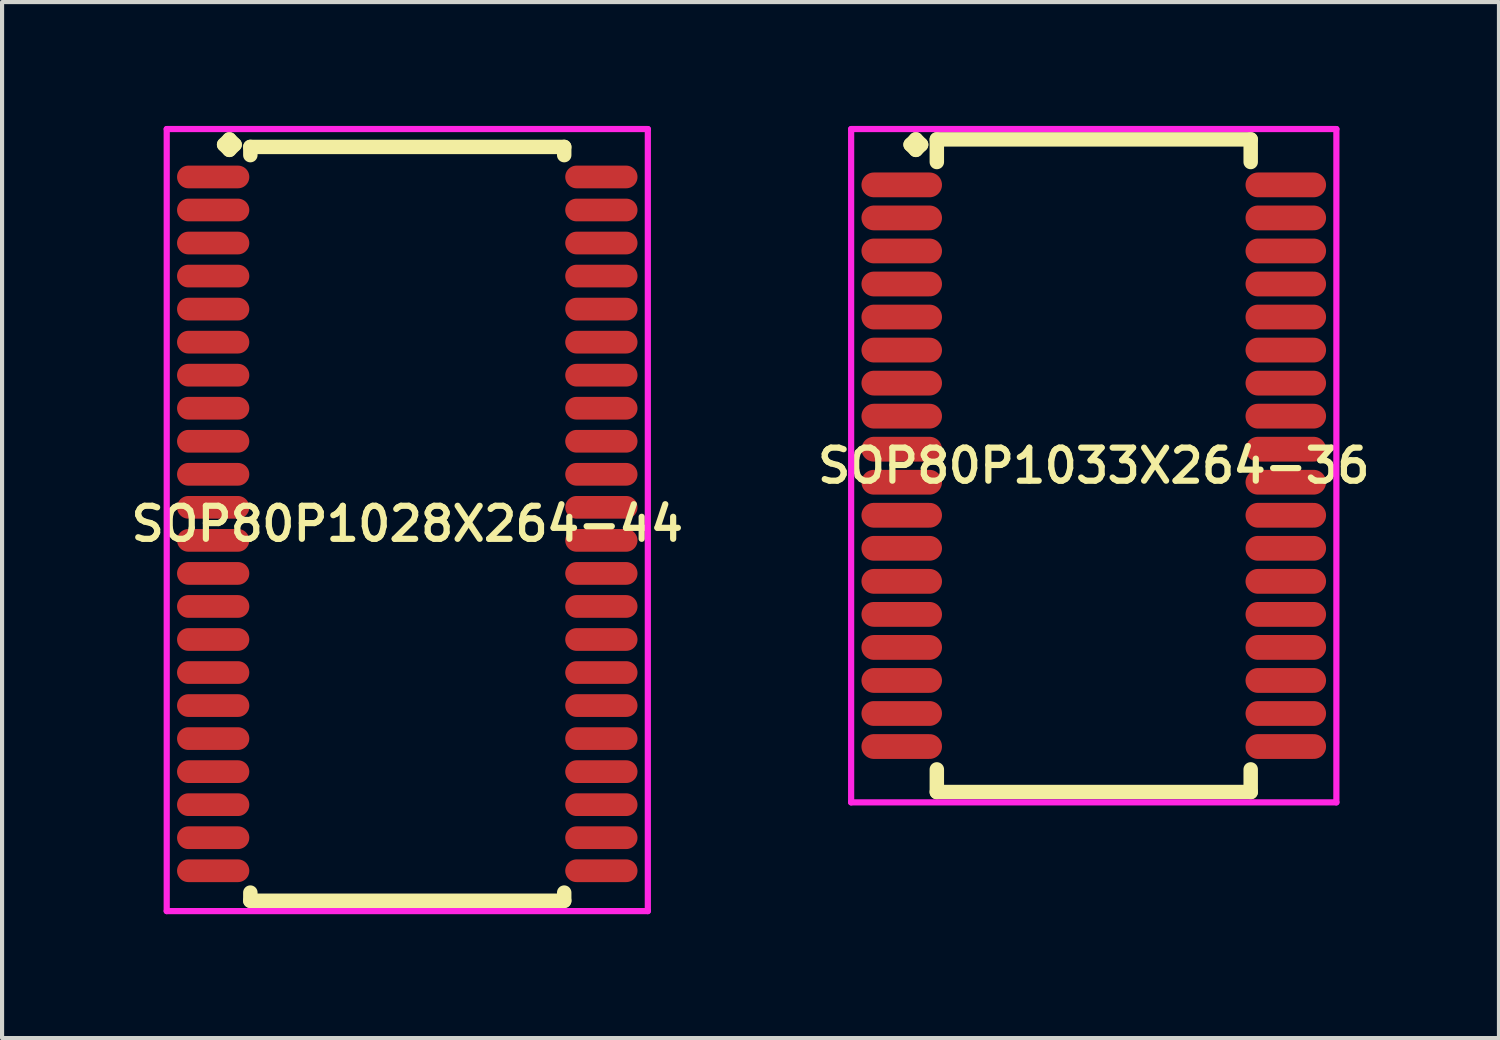
<source format=kicad_pcb>
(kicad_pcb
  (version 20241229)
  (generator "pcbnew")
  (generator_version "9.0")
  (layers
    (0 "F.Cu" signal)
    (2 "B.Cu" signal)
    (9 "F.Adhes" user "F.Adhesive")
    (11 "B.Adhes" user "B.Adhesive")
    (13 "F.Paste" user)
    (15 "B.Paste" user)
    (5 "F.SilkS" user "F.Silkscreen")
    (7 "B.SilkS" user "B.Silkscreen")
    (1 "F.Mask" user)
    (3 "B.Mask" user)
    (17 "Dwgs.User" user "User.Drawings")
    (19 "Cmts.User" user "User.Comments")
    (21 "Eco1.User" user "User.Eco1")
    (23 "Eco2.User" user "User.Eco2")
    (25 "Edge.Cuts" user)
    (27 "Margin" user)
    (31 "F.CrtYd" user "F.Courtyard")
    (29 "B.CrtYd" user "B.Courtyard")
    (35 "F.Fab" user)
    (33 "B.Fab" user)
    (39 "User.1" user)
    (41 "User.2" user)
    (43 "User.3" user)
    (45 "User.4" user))
  (footprint "SOP80P1033X264-36"
    (layer "F.Cu")
    (at 23.435 8.227)
    (property "Reference" "SOP80P1033X264-36" (at 0 0 0) (layer "F.SilkS") (effects (font (size 0.8 0.8) (thickness 0.15))))
    (attr smd)
    (fp_line (start -4.435 -7.775) (end -4.308 -7.902) (stroke (width 0.35) (type solid)) (layer "F.SilkS"))
    (fp_line (start -4.308 -7.902) (end -4.181 -7.775) (stroke (width 0.35) (type solid)) (layer "F.SilkS"))
    (fp_line (start -4.308 -7.648) (end -4.435 -7.775) (stroke (width 0.35) (type solid)) (layer "F.SilkS"))
    (fp_line (start -4.181 -7.775) (end -4.308 -7.648) (stroke (width 0.35) (type solid)) (layer "F.SilkS"))
    (fp_line (start -3.8 -7.902) (end 3.8 -7.902) (stroke (width 0.35) (type solid)) (layer "F.SilkS"))
    (fp_line (start -3.8 -7.354) (end -3.8 -7.902) (stroke (width 0.35) (type solid)) (layer "F.SilkS"))
    (fp_line (start -3.8 7.354) (end -3.8 7.902) (stroke (width 0.35) (type solid)) (layer "F.SilkS"))
    (fp_line (start -3.8 7.902) (end 3.8 7.902) (stroke (width 0.35) (type solid)) (layer "F.SilkS"))
    (fp_line (start 3.8 -7.902) (end 3.8 -7.354) (stroke (width 0.35) (type solid)) (layer "F.SilkS"))
    (fp_line (start 3.8 7.902) (end 3.8 7.354) (stroke (width 0.35) (type solid)) (layer "F.SilkS"))
    (fp_line (start -5.875 -8.152) (end 5.875 -8.152) (stroke (width 0.15) (type solid)) (layer "F.CrtYd"))
    (fp_line (start -5.875 8.152) (end -5.875 -8.152) (stroke (width 0.15) (type solid)) (layer "F.CrtYd"))
    (fp_line (start 5.875 -8.152) (end 5.875 8.152) (stroke (width 0.15) (type solid)) (layer "F.CrtYd"))
    (fp_line (start 5.875 8.152) (end -5.875 8.152) (stroke (width 0.15) (type solid)) (layer "F.CrtYd"))
    (pad "1" smd oval (at -4.65 -6.8) (size 1.95 0.6) (layers "F.Cu" "F.Mask" "F.Paste"))
    (pad "2" smd oval (at -4.65 -6) (size 1.95 0.6) (layers "F.Cu" "F.Mask" "F.Paste"))
    (pad "3" smd oval (at -4.65 -5.2) (size 1.95 0.6) (layers "F.Cu" "F.Mask" "F.Paste"))
    (pad "4" smd oval (at -4.65 -4.4) (size 1.95 0.6) (layers "F.Cu" "F.Mask" "F.Paste"))
    (pad "5" smd oval (at -4.65 -3.6) (size 1.95 0.6) (layers "F.Cu" "F.Mask" "F.Paste"))
    (pad "6" smd oval (at -4.65 -2.8) (size 1.95 0.6) (layers "F.Cu" "F.Mask" "F.Paste"))
    (pad "7" smd oval (at -4.65 -2) (size 1.95 0.6) (layers "F.Cu" "F.Mask" "F.Paste"))
    (pad "8" smd oval (at -4.65 -1.2) (size 1.95 0.6) (layers "F.Cu" "F.Mask" "F.Paste"))
    (pad "9" smd oval (at -4.65 -0.4) (size 1.95 0.6) (layers "F.Cu" "F.Mask" "F.Paste"))
    (pad "10" smd oval (at -4.65 0.4) (size 1.95 0.6) (layers "F.Cu" "F.Mask" "F.Paste"))
    (pad "11" smd oval (at -4.65 1.2) (size 1.95 0.6) (layers "F.Cu" "F.Mask" "F.Paste"))
    (pad "12" smd oval (at -4.65 2) (size 1.95 0.6) (layers "F.Cu" "F.Mask" "F.Paste"))
    (pad "13" smd oval (at -4.65 2.8) (size 1.95 0.6) (layers "F.Cu" "F.Mask" "F.Paste"))
    (pad "14" smd oval (at -4.65 3.6) (size 1.95 0.6) (layers "F.Cu" "F.Mask" "F.Paste"))
    (pad "15" smd oval (at -4.65 4.4) (size 1.95 0.6) (layers "F.Cu" "F.Mask" "F.Paste"))
    (pad "16" smd oval (at -4.65 5.2) (size 1.95 0.6) (layers "F.Cu" "F.Mask" "F.Paste"))
    (pad "17" smd oval (at -4.65 6) (size 1.95 0.6) (layers "F.Cu" "F.Mask" "F.Paste"))
    (pad "18" smd oval (at -4.65 6.8) (size 1.95 0.6) (layers "F.Cu" "F.Mask" "F.Paste"))
    (pad "19" smd oval (at 4.65 6.8) (size 1.95 0.6) (layers "F.Cu" "F.Mask" "F.Paste"))
    (pad "20" smd oval (at 4.65 6) (size 1.95 0.6) (layers "F.Cu" "F.Mask" "F.Paste"))
    (pad "21" smd oval (at 4.65 5.2) (size 1.95 0.6) (layers "F.Cu" "F.Mask" "F.Paste"))
    (pad "22" smd oval (at 4.65 4.4) (size 1.95 0.6) (layers "F.Cu" "F.Mask" "F.Paste"))
    (pad "23" smd oval (at 4.65 3.6) (size 1.95 0.6) (layers "F.Cu" "F.Mask" "F.Paste"))
    (pad "24" smd oval (at 4.65 2.8) (size 1.95 0.6) (layers "F.Cu" "F.Mask" "F.Paste"))
    (pad "25" smd oval (at 4.65 2) (size 1.95 0.6) (layers "F.Cu" "F.Mask" "F.Paste"))
    (pad "26" smd oval (at 4.65 1.2) (size 1.95 0.6) (layers "F.Cu" "F.Mask" "F.Paste"))
    (pad "27" smd oval (at 4.65 0.4) (size 1.95 0.6) (layers "F.Cu" "F.Mask" "F.Paste"))
    (pad "28" smd oval (at 4.65 -0.4) (size 1.95 0.6) (layers "F.Cu" "F.Mask" "F.Paste"))
    (pad "29" smd oval (at 4.65 -1.2) (size 1.95 0.6) (layers "F.Cu" "F.Mask" "F.Paste"))
    (pad "30" smd oval (at 4.65 -2) (size 1.95 0.6) (layers "F.Cu" "F.Mask" "F.Paste"))
    (pad "31" smd oval (at 4.65 -2.8) (size 1.95 0.6) (layers "F.Cu" "F.Mask" "F.Paste"))
    (pad "32" smd oval (at 4.65 -3.6) (size 1.95 0.6) (layers "F.Cu" "F.Mask" "F.Paste"))
    (pad "33" smd oval (at 4.65 -4.4) (size 1.95 0.6) (layers "F.Cu" "F.Mask" "F.Paste"))
    (pad "34" smd oval (at 4.65 -5.2) (size 1.95 0.6) (layers "F.Cu" "F.Mask" "F.Paste"))
    (pad "35" smd oval (at 4.65 -6) (size 1.95 0.6) (layers "F.Cu" "F.Mask" "F.Paste"))
    (pad "36" smd oval (at 4.65 -6.8) (size 1.95 0.6) (layers "F.Cu" "F.Mask" "F.Paste")))
  (footprint "SOP80P1028X264-44"
    (layer "F.Cu")
    (at 6.812 9.635)
    (property "Reference" "SOP80P1028X264-44" (at 0 0 0) (layer "F.SilkS") (effects (font (size 0.8 0.8) (thickness 0.15))))
    (attr smd)
    (fp_line (start -4.435 -9.183) (end -4.308 -9.31) (stroke (width 0.35) (type solid)) (layer "F.SilkS"))
    (fp_line (start -4.308 -9.31) (end -4.181 -9.183) (stroke (width 0.35) (type solid)) (layer "F.SilkS"))
    (fp_line (start -4.308 -9.056) (end -4.435 -9.183) (stroke (width 0.35) (type solid)) (layer "F.SilkS"))
    (fp_line (start -4.181 -9.183) (end -4.308 -9.056) (stroke (width 0.35) (type solid)) (layer "F.SilkS"))
    (fp_line (start -3.8 -9.127) (end 3.8 -9.127) (stroke (width 0.35) (type solid)) (layer "F.SilkS"))
    (fp_line (start -3.8 -8.929) (end -3.8 -9.127) (stroke (width 0.35) (type solid)) (layer "F.SilkS"))
    (fp_line (start -3.8 8.929) (end -3.8 9.127) (stroke (width 0.35) (type solid)) (layer "F.SilkS"))
    (fp_line (start -3.8 9.127) (end 3.8 9.127) (stroke (width 0.35) (type solid)) (layer "F.SilkS"))
    (fp_line (start 3.8 -9.127) (end 3.8 -8.929) (stroke (width 0.35) (type solid)) (layer "F.SilkS"))
    (fp_line (start 3.8 9.127) (end 3.8 8.929) (stroke (width 0.35) (type solid)) (layer "F.SilkS"))
    (fp_line (start -5.825 -9.56) (end 5.825 -9.56) (stroke (width 0.15) (type solid)) (layer "F.CrtYd"))
    (fp_line (start -5.825 9.377) (end -5.825 -9.56) (stroke (width 0.15) (type solid)) (layer "F.CrtYd"))
    (fp_line (start 5.825 -9.56) (end 5.825 9.377) (stroke (width 0.15) (type solid)) (layer "F.CrtYd"))
    (fp_line (start 5.825 9.377) (end -5.825 9.377) (stroke (width 0.15) (type solid)) (layer "F.CrtYd"))
    (pad "1" smd oval (at -4.7 -8.4) (size 1.75 0.55) (layers "F.Cu" "F.Mask" "F.Paste"))
    (pad "2" smd oval (at -4.7 -7.6) (size 1.75 0.55) (layers "F.Cu" "F.Mask" "F.Paste"))
    (pad "3" smd oval (at -4.7 -6.8) (size 1.75 0.55) (layers "F.Cu" "F.Mask" "F.Paste"))
    (pad "4" smd oval (at -4.7 -6) (size 1.75 0.55) (layers "F.Cu" "F.Mask" "F.Paste"))
    (pad "5" smd oval (at -4.7 -5.2) (size 1.75 0.55) (layers "F.Cu" "F.Mask" "F.Paste"))
    (pad "6" smd oval (at -4.7 -4.4) (size 1.75 0.55) (layers "F.Cu" "F.Mask" "F.Paste"))
    (pad "7" smd oval (at -4.7 -3.6) (size 1.75 0.55) (layers "F.Cu" "F.Mask" "F.Paste"))
    (pad "8" smd oval (at -4.7 -2.8) (size 1.75 0.55) (layers "F.Cu" "F.Mask" "F.Paste"))
    (pad "9" smd oval (at -4.7 -2) (size 1.75 0.55) (layers "F.Cu" "F.Mask" "F.Paste"))
    (pad "10" smd oval (at -4.7 -1.2) (size 1.75 0.55) (layers "F.Cu" "F.Mask" "F.Paste"))
    (pad "11" smd oval (at -4.7 -0.4) (size 1.75 0.55) (layers "F.Cu" "F.Mask" "F.Paste"))
    (pad "12" smd oval (at -4.7 0.4) (size 1.75 0.55) (layers "F.Cu" "F.Mask" "F.Paste"))
    (pad "13" smd oval (at -4.7 1.2) (size 1.75 0.55) (layers "F.Cu" "F.Mask" "F.Paste"))
    (pad "14" smd oval (at -4.7 2) (size 1.75 0.55) (layers "F.Cu" "F.Mask" "F.Paste"))
    (pad "15" smd oval (at -4.7 2.8) (size 1.75 0.55) (layers "F.Cu" "F.Mask" "F.Paste"))
    (pad "16" smd oval (at -4.7 3.6) (size 1.75 0.55) (layers "F.Cu" "F.Mask" "F.Paste"))
    (pad "17" smd oval (at -4.7 4.4) (size 1.75 0.55) (layers "F.Cu" "F.Mask" "F.Paste"))
    (pad "18" smd oval (at -4.7 5.2) (size 1.75 0.55) (layers "F.Cu" "F.Mask" "F.Paste"))
    (pad "19" smd oval (at -4.7 6) (size 1.75 0.55) (layers "F.Cu" "F.Mask" "F.Paste"))
    (pad "20" smd oval (at -4.7 6.8) (size 1.75 0.55) (layers "F.Cu" "F.Mask" "F.Paste"))
    (pad "21" smd oval (at -4.7 7.6) (size 1.75 0.55) (layers "F.Cu" "F.Mask" "F.Paste"))
    (pad "22" smd oval (at -4.7 8.4) (size 1.75 0.55) (layers "F.Cu" "F.Mask" "F.Paste"))
    (pad "23" smd oval (at 4.7 8.4) (size 1.75 0.55) (layers "F.Cu" "F.Mask" "F.Paste"))
    (pad "24" smd oval (at 4.7 7.6) (size 1.75 0.55) (layers "F.Cu" "F.Mask" "F.Paste"))
    (pad "25" smd oval (at 4.7 6.8) (size 1.75 0.55) (layers "F.Cu" "F.Mask" "F.Paste"))
    (pad "26" smd oval (at 4.7 6) (size 1.75 0.55) (layers "F.Cu" "F.Mask" "F.Paste"))
    (pad "27" smd oval (at 4.7 5.2) (size 1.75 0.55) (layers "F.Cu" "F.Mask" "F.Paste"))
    (pad "28" smd oval (at 4.7 4.4) (size 1.75 0.55) (layers "F.Cu" "F.Mask" "F.Paste"))
    (pad "29" smd oval (at 4.7 3.6) (size 1.75 0.55) (layers "F.Cu" "F.Mask" "F.Paste"))
    (pad "30" smd oval (at 4.7 2.8) (size 1.75 0.55) (layers "F.Cu" "F.Mask" "F.Paste"))
    (pad "31" smd oval (at 4.7 2) (size 1.75 0.55) (layers "F.Cu" "F.Mask" "F.Paste"))
    (pad "32" smd oval (at 4.7 1.2) (size 1.75 0.55) (layers "F.Cu" "F.Mask" "F.Paste"))
    (pad "33" smd oval (at 4.7 0.4) (size 1.75 0.55) (layers "F.Cu" "F.Mask" "F.Paste"))
    (pad "34" smd oval (at 4.7 -0.4) (size 1.75 0.55) (layers "F.Cu" "F.Mask" "F.Paste"))
    (pad "35" smd oval (at 4.7 -1.2) (size 1.75 0.55) (layers "F.Cu" "F.Mask" "F.Paste"))
    (pad "36" smd oval (at 4.7 -2) (size 1.75 0.55) (layers "F.Cu" "F.Mask" "F.Paste"))
    (pad "37" smd oval (at 4.7 -2.8) (size 1.75 0.55) (layers "F.Cu" "F.Mask" "F.Paste"))
    (pad "38" smd oval (at 4.7 -3.6) (size 1.75 0.55) (layers "F.Cu" "F.Mask" "F.Paste"))
    (pad "39" smd oval (at 4.7 -4.4) (size 1.75 0.55) (layers "F.Cu" "F.Mask" "F.Paste"))
    (pad "40" smd oval (at 4.7 -5.2) (size 1.75 0.55) (layers "F.Cu" "F.Mask" "F.Paste"))
    (pad "41" smd oval (at 4.7 -6) (size 1.75 0.55) (layers "F.Cu" "F.Mask" "F.Paste"))
    (pad "42" smd oval (at 4.7 -6.8) (size 1.75 0.55) (layers "F.Cu" "F.Mask" "F.Paste"))
    (pad "43" smd oval (at 4.7 -7.6) (size 1.75 0.55) (layers "F.Cu" "F.Mask" "F.Paste"))
    (pad "44" smd oval (at 4.7 -8.4) (size 1.75 0.55) (layers "F.Cu" "F.Mask" "F.Paste")))
  (gr_rect
    (start -3 -3)
    (end 33.247 22.087)
    (stroke (width 0.1) (type default))
    (fill no)
    (layer "Edge.Cuts")))
</source>
